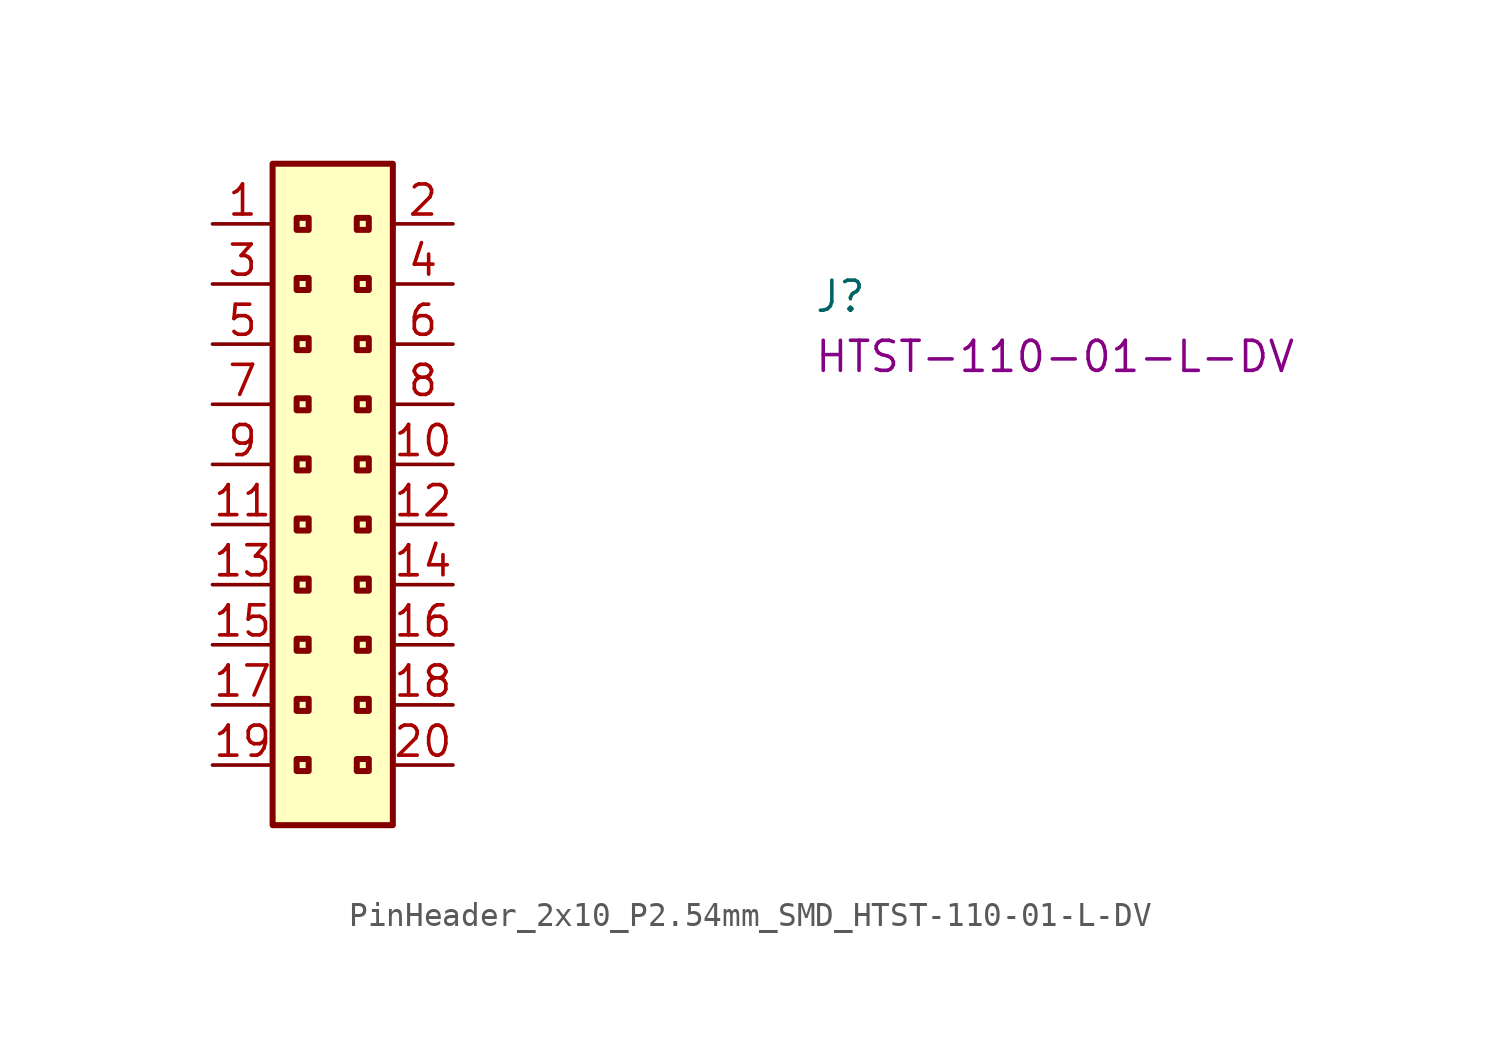
<source format=kicad_sym>
(kicad_symbol_lib
  (version 20220914)
  (generator kicad_symbol_editor)
  (symbol "PinHeader_2x10_P2.54mm_SMD_HTST-110-01-L-DV"
    (property "Reference" "J"
      (at 25.4 -3.81 0)
      (effects (font (size 1.27 1.27) (thickness 0.15)) (justify left bottom)))
    (property "MPN" "HTST-110-01-L-DV"
      (at 25.4 -6.35 0)
      (effects (font (size 1.27 1.27) (thickness 0.15)) (justify left bottom)))
    (symbol "PinHeader_2x10_P2.54mm_SMD_HTST-110-01-L-DV_1_1"
      (rectangle (start 2.54 2.54) (end 7.62 -25.4) (stroke (width 0.254) (type default)) (fill (type background)))
      (rectangle (start 3.556 -22.606) (end 4.064 -23.114) (stroke (width 0.254) (type default)) (fill (type background)))
      (rectangle (start 3.556 -20.066) (end 4.064 -20.574) (stroke (width 0.254) (type default)) (fill (type background)))
      (rectangle (start 3.556 -17.526) (end 4.064 -18.034) (stroke (width 0.254) (type default)) (fill (type background)))
      (rectangle (start 3.556 -14.986) (end 4.064 -15.494) (stroke (width 0.254) (type default)) (fill (type background)))
      (rectangle (start 3.556 -12.446) (end 4.064 -12.954) (stroke (width 0.254) (type default)) (fill (type background)))
      (rectangle (start 3.556 -9.906) (end 4.064 -10.414) (stroke (width 0.254) (type default)) (fill (type background)))
      (rectangle (start 3.556 -7.366) (end 4.064 -7.874) (stroke (width 0.254) (type default)) (fill (type background)))
      (rectangle (start 3.556 -4.826) (end 4.064 -5.334) (stroke (width 0.254) (type default)) (fill (type background)))
      (rectangle (start 3.556 -2.286) (end 4.064 -2.794) (stroke (width 0.254) (type default)) (fill (type background)))
      (rectangle (start 3.556 0.254) (end 4.064 -0.254) (stroke (width 0.254) (type default)) (fill (type background)))
      (rectangle (start 6.096 -22.606) (end 6.604 -23.114) (stroke (width 0.254) (type default)) (fill (type background)))
      (rectangle (start 6.096 -20.066) (end 6.604 -20.574) (stroke (width 0.254) (type default)) (fill (type background)))
      (rectangle (start 6.096 -17.526) (end 6.604 -18.034) (stroke (width 0.254) (type default)) (fill (type background)))
      (rectangle (start 6.096 -14.986) (end 6.604 -15.494) (stroke (width 0.254) (type default)) (fill (type background)))
      (rectangle (start 6.096 -12.446) (end 6.604 -12.954) (stroke (width 0.254) (type default)) (fill (type background)))
      (rectangle (start 6.096 -9.906) (end 6.604 -10.414) (stroke (width 0.254) (type default)) (fill (type background)))
      (rectangle (start 6.096 -7.366) (end 6.604 -7.874) (stroke (width 0.254) (type default)) (fill (type background)))
      (rectangle (start 6.096 -4.826) (end 6.604 -5.334) (stroke (width 0.254) (type default)) (fill (type background)))
      (rectangle (start 6.096 -2.286) (end 6.604 -2.794) (stroke (width 0.254) (type default)) (fill (type background)))
      (rectangle (start 6.096 0.254) (end 6.604 -0.254) (stroke (width 0.254) (type default)) (fill (type background)))
      (pin passive line (at 0 0 0) (length 2.54) (name "~" (effects (font (size 1.27 1.27)))) (number "1" (effects (font (size 1.27 1.27)))))
      (pin passive line (at 10.16 -10.16 180) (length 2.54) (name "~" (effects (font (size 1.27 1.27)))) (number "10" (effects (font (size 1.27 1.27)))))
      (pin passive line (at 0 -12.7 0) (length 2.54) (name "~" (effects (font (size 1.27 1.27)))) (number "11" (effects (font (size 1.27 1.27)))))
      (pin passive line (at 10.16 -12.7 180) (length 2.54) (name "~" (effects (font (size 1.27 1.27)))) (number "12" (effects (font (size 1.27 1.27)))))
      (pin passive line (at 0 -15.24 0) (length 2.54) (name "~" (effects (font (size 1.27 1.27)))) (number "13" (effects (font (size 1.27 1.27)))))
      (pin passive line (at 10.16 -15.24 180) (length 2.54) (name "~" (effects (font (size 1.27 1.27)))) (number "14" (effects (font (size 1.27 1.27)))))
      (pin passive line (at 0 -17.78 0) (length 2.54) (name "" (effects (font (size 1.27 1.27)))) (number "15" (effects (font (size 1.27 1.27)))))
      (pin passive line (at 10.16 -17.78 180) (length 2.54) (name "~" (effects (font (size 1.27 1.27)))) (number "16" (effects (font (size 1.27 1.27)))))
      (pin passive line (at 0 -20.32 0) (length 2.54) (name "~" (effects (font (size 1.27 1.27)))) (number "17" (effects (font (size 1.27 1.27)))))
      (pin passive line (at 10.16 -20.32 180) (length 2.54) (name "~" (effects (font (size 1.27 1.27)))) (number "18" (effects (font (size 1.27 1.27)))))
      (pin passive line (at 0 -22.86 0) (length 2.54) (name "" (effects (font (size 1.27 1.27)))) (number "19" (effects (font (size 1.27 1.27)))))
      (pin passive line (at 10.16 0 180) (length 2.54) (name "~" (effects (font (size 1.27 1.27)))) (number "2" (effects (font (size 1.27 1.27)))))
      (pin passive line (at 10.16 -22.86 180) (length 2.54) (name "~" (effects (font (size 1.27 1.27)))) (number "20" (effects (font (size 1.27 1.27)))))
      (pin passive line (at 0 -2.54 0) (length 2.54) (name "~" (effects (font (size 1.27 1.27)))) (number "3" (effects (font (size 1.27 1.27)))))
      (pin passive line (at 10.16 -2.54 180) (length 2.54) (name "~" (effects (font (size 1.27 1.27)))) (number "4" (effects (font (size 1.27 1.27)))))
      (pin passive line (at 0 -5.08 0) (length 2.54) (name "~" (effects (font (size 1.27 1.27)))) (number "5" (effects (font (size 1.27 1.27)))))
      (pin passive line (at 10.16 -5.08 180) (length 2.54) (name "~" (effects (font (size 1.27 1.27)))) (number "6" (effects (font (size 1.27 1.27)))))
      (pin passive line (at 0 -7.62 0) (length 2.54) (name "~" (effects (font (size 1.27 1.27)))) (number "7" (effects (font (size 1.27 1.27)))))
      (pin passive line (at 10.16 -7.62 180) (length 2.54) (name "~" (effects (font (size 1.27 1.27)))) (number "8" (effects (font (size 1.27 1.27)))))
      (pin passive line (at 0 -10.16 0) (length 2.54) (name "~" (effects (font (size 1.27 1.27)))) (number "9" (effects (font (size 1.27 1.27))))))))
</source>
